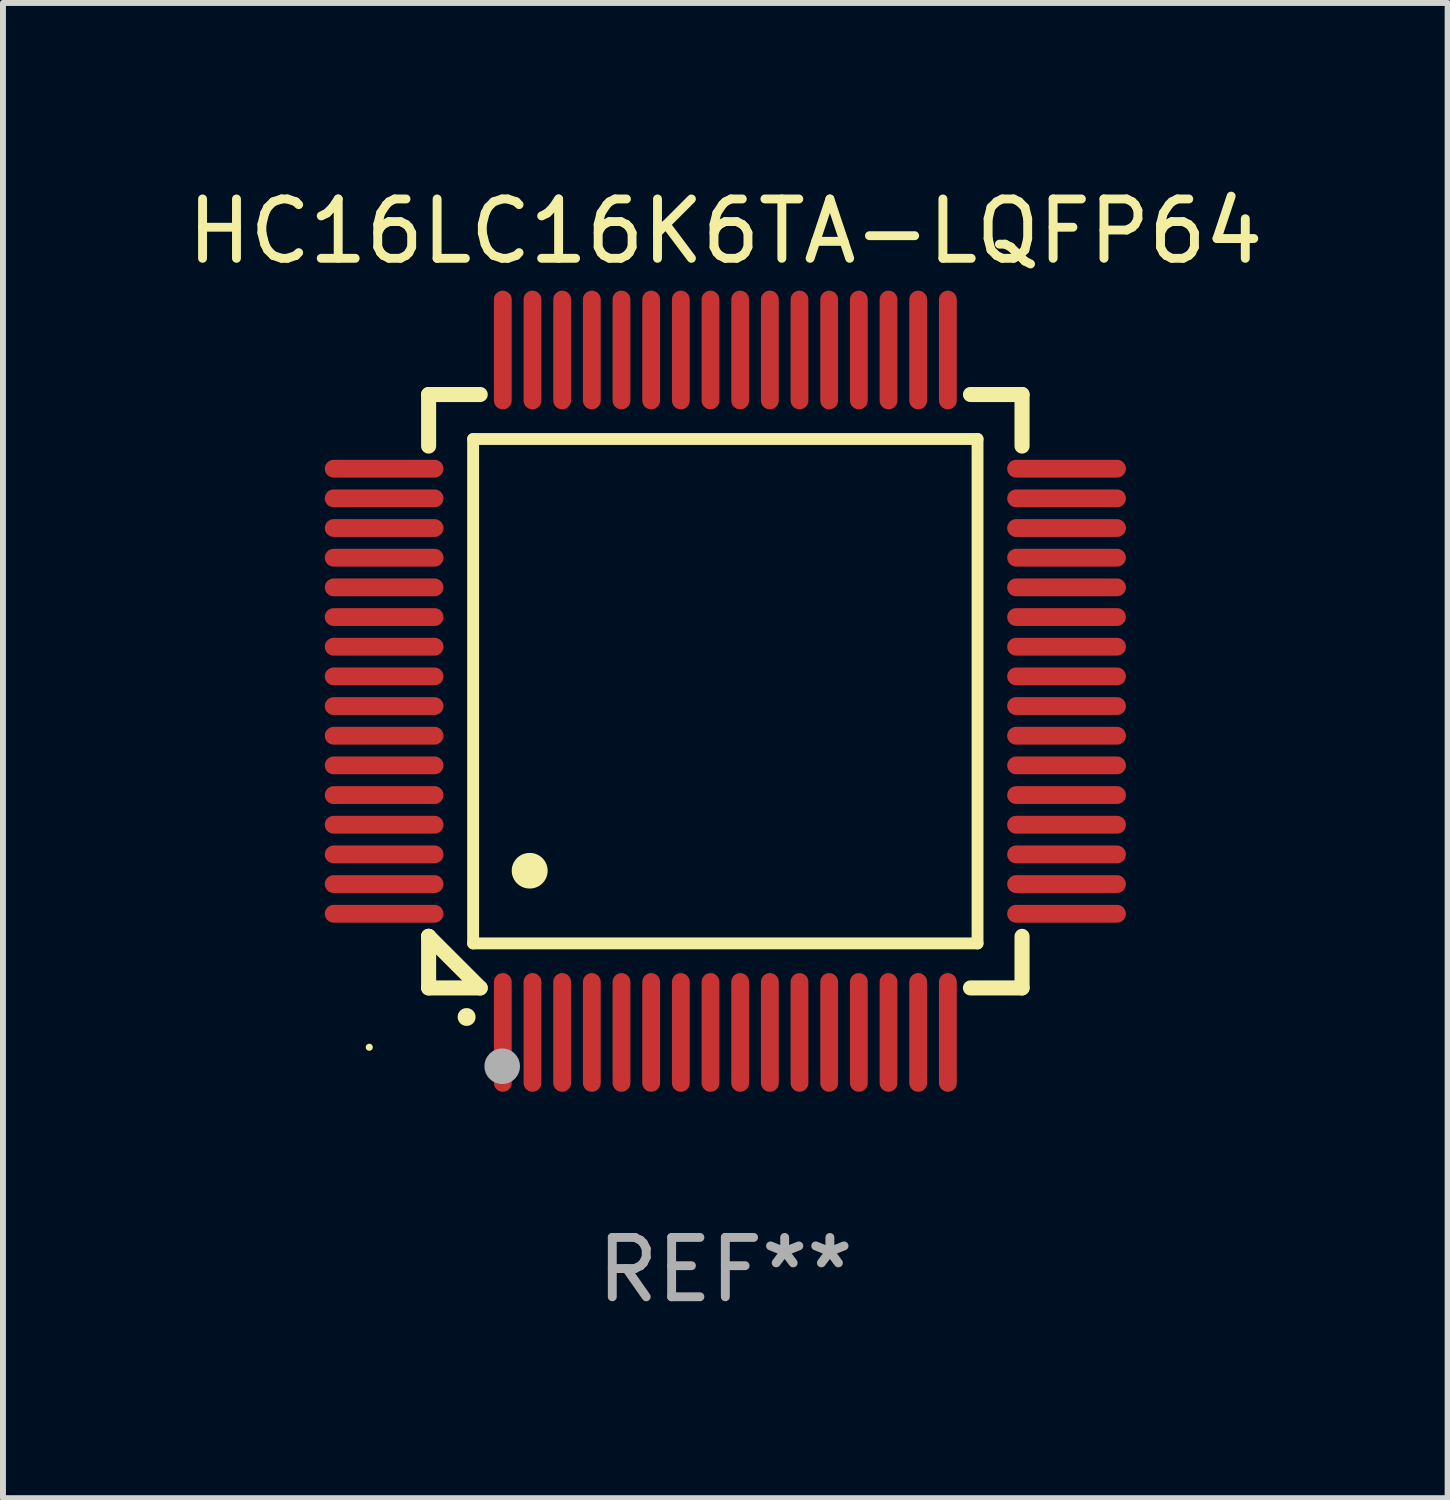
<source format=kicad_pcb>
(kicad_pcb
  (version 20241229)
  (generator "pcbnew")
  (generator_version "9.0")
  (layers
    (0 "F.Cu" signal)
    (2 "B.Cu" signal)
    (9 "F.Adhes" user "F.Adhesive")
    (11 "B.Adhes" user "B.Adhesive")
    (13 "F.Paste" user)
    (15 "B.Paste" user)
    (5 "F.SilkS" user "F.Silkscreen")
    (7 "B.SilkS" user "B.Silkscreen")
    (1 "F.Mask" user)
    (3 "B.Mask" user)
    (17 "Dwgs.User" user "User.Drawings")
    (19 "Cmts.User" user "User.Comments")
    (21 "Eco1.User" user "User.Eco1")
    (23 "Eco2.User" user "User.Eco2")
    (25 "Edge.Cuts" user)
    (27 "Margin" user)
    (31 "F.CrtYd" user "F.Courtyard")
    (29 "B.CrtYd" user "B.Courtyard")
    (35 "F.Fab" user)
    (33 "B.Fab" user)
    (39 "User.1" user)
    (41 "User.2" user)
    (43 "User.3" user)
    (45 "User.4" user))
  (footprint "HC16LC16K6TA-LQFP64"
    (layer "F.Cu")
    (at 9.173 8.598)
    (property "Reference" "HC16LC16K6TA-LQFP64" (at 0 -7.75 0) (layer "F.SilkS") (effects (font (size 1 1) (thickness 0.15))))
    (attr through_hole)
    (fp_line (start -5 -5) (end -4.131 -5) (stroke (width 0.254) (type solid)) (layer "F.SilkS"))
    (fp_line (start -5 -4.131) (end -5 -5) (stroke (width 0.254) (type solid)) (layer "F.SilkS"))
    (fp_line (start -5 4.131) (end -5 4.131) (stroke (width 0.254) (type solid)) (layer "F.SilkS"))
    (fp_line (start -5 5) (end -5 4.131) (stroke (width 0.254) (type solid)) (layer "F.SilkS"))
    (fp_line (start -5 4.131) (end -4.131 5) (stroke (width 0.254) (type solid)) (layer "F.SilkS"))
    (fp_line (start -4.25 -4.25) (end -4.25 4.25) (stroke (width 0.2) (type solid)) (layer "F.SilkS"))
    (fp_line (start -4.25 4.25) (end 4.25 4.25) (stroke (width 0.2) (type solid)) (layer "F.SilkS"))
    (fp_line (start -4.131 5) (end -5 5) (stroke (width 0.254) (type solid)) (layer "F.SilkS"))
    (fp_line (start 4.25 -4.25) (end -4.25 -4.25) (stroke (width 0.2) (type solid)) (layer "F.SilkS"))
    (fp_line (start 4.25 4.25) (end 4.25 -4.25) (stroke (width 0.2) (type solid)) (layer "F.SilkS"))
    (fp_line (start 5 -5) (end 4.131 -5) (stroke (width 0.254) (type solid)) (layer "F.SilkS"))
    (fp_line (start 5 -5) (end 5 -4.131) (stroke (width 0.254) (type solid)) (layer "F.SilkS"))
    (fp_line (start 5 4.131) (end 5 5) (stroke (width 0.254) (type solid)) (layer "F.SilkS"))
    (fp_line (start 5 5) (end 4.131 5) (stroke (width 0.254) (type solid)) (layer "F.SilkS"))
    (fp_arc (start -4.361265 5.489992) (mid -4.359995 5.489987) (end -4.358725 5.489992) (stroke (width 0.3) (type solid)) (layer "F.SilkS"))
    (fp_arc (start -3.299467 3.025146) (mid -3.296927 3.025135) (end -3.294387 3.025146) (stroke (width 0.6) (type solid)) (layer "F.SilkS"))
    (fp_circle (center -6 6) (end -5.97 6) (stroke (width 0.06) (type solid)) (fill no) (layer "F.SilkS"))
    (fp_circle (center -3.76 6.32) (end -3.61 6.32) (stroke (width 0.3) (type solid)) (fill no) (layer "F.Fab"))
    (fp_text user "REF**" (at 0 9.75 0) (layer "F.Fab") (effects (font (size 1 1) (thickness 0.15))))
    (pad "1" smd oval (at -3.75 5.75) (size 0.3 2) (layers "F.Cu" "F.Mask" "F.Paste"))
    (pad "2" smd oval (at -3.25 5.75) (size 0.3 2) (layers "F.Cu" "F.Mask" "F.Paste"))
    (pad "3" smd oval (at -2.75 5.75) (size 0.3 2) (layers "F.Cu" "F.Mask" "F.Paste"))
    (pad "4" smd oval (at -2.25 5.75) (size 0.3 2) (layers "F.Cu" "F.Mask" "F.Paste"))
    (pad "5" smd oval (at -1.75 5.75) (size 0.3 2) (layers "F.Cu" "F.Mask" "F.Paste"))
    (pad "6" smd oval (at -1.25 5.75) (size 0.3 2) (layers "F.Cu" "F.Mask" "F.Paste"))
    (pad "7" smd oval (at -0.75 5.75) (size 0.3 2) (layers "F.Cu" "F.Mask" "F.Paste"))
    (pad "8" smd oval (at -0.25 5.75) (size 0.3 2) (layers "F.Cu" "F.Mask" "F.Paste"))
    (pad "9" smd oval (at 0.25 5.75) (size 0.3 2) (layers "F.Cu" "F.Mask" "F.Paste"))
    (pad "10" smd oval (at 0.75 5.75) (size 0.3 2) (layers "F.Cu" "F.Mask" "F.Paste"))
    (pad "11" smd oval (at 1.25 5.75) (size 0.3 2) (layers "F.Cu" "F.Mask" "F.Paste"))
    (pad "12" smd oval (at 1.75 5.75) (size 0.3 2) (layers "F.Cu" "F.Mask" "F.Paste"))
    (pad "13" smd oval (at 2.25 5.75) (size 0.3 2) (layers "F.Cu" "F.Mask" "F.Paste"))
    (pad "14" smd oval (at 2.75 5.75) (size 0.3 2) (layers "F.Cu" "F.Mask" "F.Paste"))
    (pad "15" smd oval (at 3.25 5.75) (size 0.3 2) (layers "F.Cu" "F.Mask" "F.Paste"))
    (pad "16" smd oval (at 3.75 5.75) (size 0.3 2) (layers "F.Cu" "F.Mask" "F.Paste"))
    (pad "17" smd oval (at 5.75 3.75) (size 2 0.3) (layers "F.Cu" "F.Mask" "F.Paste"))
    (pad "18" smd oval (at 5.75 3.25) (size 2 0.3) (layers "F.Cu" "F.Mask" "F.Paste"))
    (pad "19" smd oval (at 5.75 2.75) (size 2 0.3) (layers "F.Cu" "F.Mask" "F.Paste"))
    (pad "20" smd oval (at 5.75 2.25) (size 2 0.3) (layers "F.Cu" "F.Mask" "F.Paste"))
    (pad "21" smd oval (at 5.75 1.75) (size 2 0.3) (layers "F.Cu" "F.Mask" "F.Paste"))
    (pad "22" smd oval (at 5.75 1.25) (size 2 0.3) (layers "F.Cu" "F.Mask" "F.Paste"))
    (pad "23" smd oval (at 5.75 0.75) (size 2 0.3) (layers "F.Cu" "F.Mask" "F.Paste"))
    (pad "24" smd oval (at 5.75 0.25) (size 2 0.3) (layers "F.Cu" "F.Mask" "F.Paste"))
    (pad "25" smd oval (at 5.75 -0.25) (size 2 0.3) (layers "F.Cu" "F.Mask" "F.Paste"))
    (pad "26" smd oval (at 5.75 -0.75) (size 2 0.3) (layers "F.Cu" "F.Mask" "F.Paste"))
    (pad "27" smd oval (at 5.75 -1.25) (size 2 0.3) (layers "F.Cu" "F.Mask" "F.Paste"))
    (pad "28" smd oval (at 5.75 -1.75) (size 2 0.3) (layers "F.Cu" "F.Mask" "F.Paste"))
    (pad "29" smd oval (at 5.75 -2.25) (size 2 0.3) (layers "F.Cu" "F.Mask" "F.Paste"))
    (pad "30" smd oval (at 5.75 -2.75) (size 2 0.3) (layers "F.Cu" "F.Mask" "F.Paste"))
    (pad "31" smd oval (at 5.75 -3.25) (size 2 0.3) (layers "F.Cu" "F.Mask" "F.Paste"))
    (pad "32" smd oval (at 5.75 -3.75) (size 2 0.3) (layers "F.Cu" "F.Mask" "F.Paste"))
    (pad "33" smd oval (at 3.75 -5.75) (size 0.3 2) (layers "F.Cu" "F.Mask" "F.Paste"))
    (pad "34" smd oval (at 3.25 -5.75) (size 0.3 2) (layers "F.Cu" "F.Mask" "F.Paste"))
    (pad "35" smd oval (at 2.75 -5.75) (size 0.3 2) (layers "F.Cu" "F.Mask" "F.Paste"))
    (pad "36" smd oval (at 2.25 -5.75) (size 0.3 2) (layers "F.Cu" "F.Mask" "F.Paste"))
    (pad "37" smd oval (at 1.75 -5.75) (size 0.3 2) (layers "F.Cu" "F.Mask" "F.Paste"))
    (pad "38" smd oval (at 1.25 -5.75) (size 0.3 2) (layers "F.Cu" "F.Mask" "F.Paste"))
    (pad "39" smd oval (at 0.75 -5.75) (size 0.3 2) (layers "F.Cu" "F.Mask" "F.Paste"))
    (pad "40" smd oval (at 0.25 -5.75) (size 0.3 2) (layers "F.Cu" "F.Mask" "F.Paste"))
    (pad "41" smd oval (at -0.25 -5.75) (size 0.3 2) (layers "F.Cu" "F.Mask" "F.Paste"))
    (pad "42" smd oval (at -0.75 -5.75) (size 0.3 2) (layers "F.Cu" "F.Mask" "F.Paste"))
    (pad "43" smd oval (at -1.25 -5.75) (size 0.3 2) (layers "F.Cu" "F.Mask" "F.Paste"))
    (pad "44" smd oval (at -1.75 -5.75) (size 0.3 2) (layers "F.Cu" "F.Mask" "F.Paste"))
    (pad "45" smd oval (at -2.25 -5.75) (size 0.3 2) (layers "F.Cu" "F.Mask" "F.Paste"))
    (pad "46" smd oval (at -2.75 -5.75) (size 0.3 2) (layers "F.Cu" "F.Mask" "F.Paste"))
    (pad "47" smd oval (at -3.25 -5.75) (size 0.3 2) (layers "F.Cu" "F.Mask" "F.Paste"))
    (pad "48" smd oval (at -3.75 -5.75) (size 0.3 2) (layers "F.Cu" "F.Mask" "F.Paste"))
    (pad "49" smd oval (at -5.75 -3.75) (size 2 0.3) (layers "F.Cu" "F.Mask" "F.Paste"))
    (pad "50" smd oval (at -5.75 -3.25) (size 2 0.3) (layers "F.Cu" "F.Mask" "F.Paste"))
    (pad "51" smd oval (at -5.75 -2.75) (size 2 0.3) (layers "F.Cu" "F.Mask" "F.Paste"))
    (pad "52" smd oval (at -5.75 -2.25) (size 2 0.3) (layers "F.Cu" "F.Mask" "F.Paste"))
    (pad "53" smd oval (at -5.75 -1.75) (size 2 0.3) (layers "F.Cu" "F.Mask" "F.Paste"))
    (pad "54" smd oval (at -5.75 -1.25) (size 2 0.3) (layers "F.Cu" "F.Mask" "F.Paste"))
    (pad "55" smd oval (at -5.75 -0.75) (size 2 0.3) (layers "F.Cu" "F.Mask" "F.Paste"))
    (pad "56" smd oval (at -5.75 -0.25) (size 2 0.3) (layers "F.Cu" "F.Mask" "F.Paste"))
    (pad "57" smd oval (at -5.75 0.25) (size 2 0.3) (layers "F.Cu" "F.Mask" "F.Paste"))
    (pad "58" smd oval (at -5.75 0.75) (size 2 0.3) (layers "F.Cu" "F.Mask" "F.Paste"))
    (pad "59" smd oval (at -5.75 1.25) (size 2 0.3) (layers "F.Cu" "F.Mask" "F.Paste"))
    (pad "60" smd oval (at -5.75 1.75) (size 2 0.3) (layers "F.Cu" "F.Mask" "F.Paste"))
    (pad "61" smd oval (at -5.75 2.25) (size 2 0.3) (layers "F.Cu" "F.Mask" "F.Paste"))
    (pad "62" smd oval (at -5.75 2.75) (size 2 0.3) (layers "F.Cu" "F.Mask" "F.Paste"))
    (pad "63" smd oval (at -5.75 3.25) (size 2 0.3) (layers "F.Cu" "F.Mask" "F.Paste"))
    (pad "64" smd oval (at -5.75 3.75) (size 2 0.3) (layers "F.Cu" "F.Mask" "F.Paste")))
  (gr_rect
    (start -3 -3)
    (end 21.345 22.196)
    (stroke (width 0.1) (type default))
    (fill no)
    (layer "Edge.Cuts")))
</source>
